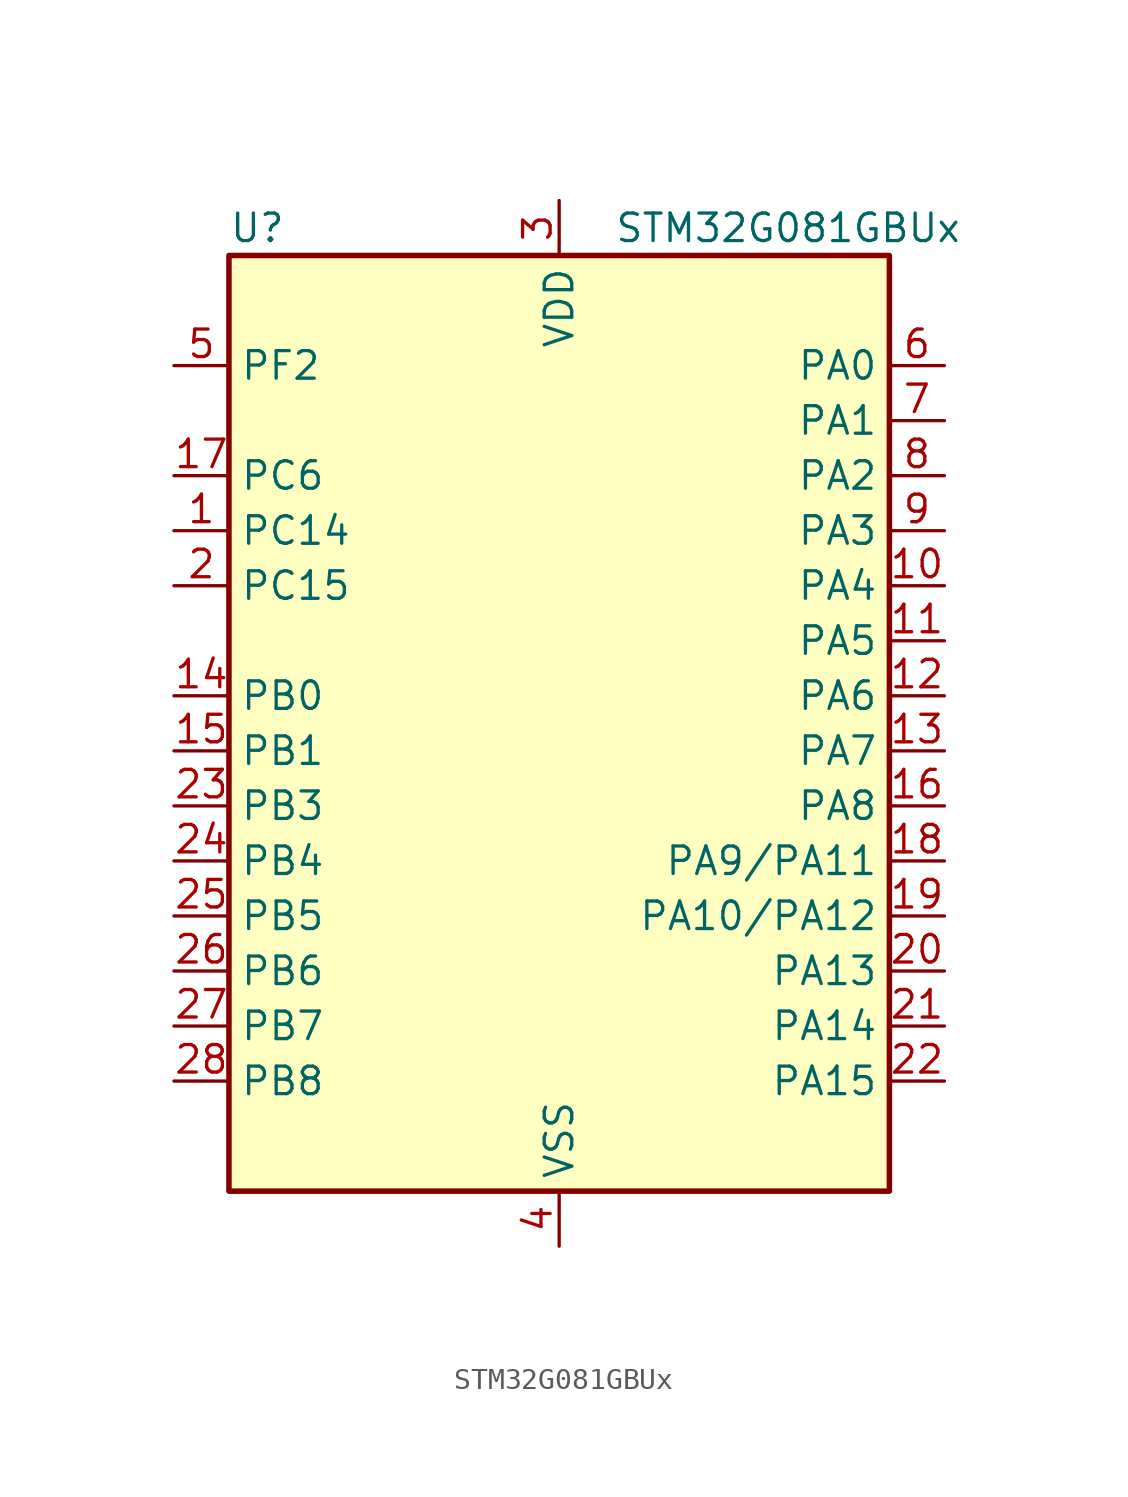
<source format=kicad_sym>
(kicad_symbol_lib
  (version 20231120)
  (generator "kicad-library-utils")
  (generator_version "8.0")
  (symbol "STM32G081GBUx"
    (property "Reference" "U"
      (at -15.24 24.13 0)
      (effects (font (size 1.27 1.27)) (justify left)))
    (property "Value" "STM32G081GBUx"
      (at 2.54 24.13 0)
      (effects (font (size 1.27 1.27)) (justify left)))
    (symbol "STM32G081GBUx_0_1"
      (rectangle (start -15.24 -20.32) (end 15.24 22.86) (stroke (width 0.254) (type default)) (fill (type background))))
    (symbol "STM32G081GBUx_1_1"
      (pin bidirectional line (at -17.78 10.16 0) (length 2.54) (name "PC14" (effects (font (size 1.27 1.27)))) (number "1" (effects (font (size 1.27 1.27)))) (alternate "RCC_OSC32_IN" bidirectional line) (alternate "RCC_OSC_IN" bidirectional line) (alternate "TIM1_BK2" bidirectional line))
      (pin bidirectional line (at 17.78 7.62 180) (length 2.54) (name "PA4" (effects (font (size 1.27 1.27)))) (number "10" (effects (font (size 1.27 1.27)))) (alternate "ADC1_IN4" bidirectional line) (alternate "DAC1_OUT1" bidirectional line) (alternate "I2S1_WS" bidirectional line) (alternate "LPTIM2_OUT" bidirectional line) (alternate "RTC_OUT_ALARM" bidirectional line) (alternate "RTC_OUT_CALIB" bidirectional line) (alternate "RTC_TAMP_IN1" bidirectional line) (alternate "RTC_TS" bidirectional line) (alternate "SPI1_NSS" bidirectional line) (alternate "SPI2_MOSI" bidirectional line) (alternate "SYS_WKUP2" bidirectional line) (alternate "TIM14_CH1" bidirectional line))
      (pin bidirectional line (at 17.78 5.08 180) (length 2.54) (name "PA5" (effects (font (size 1.27 1.27)))) (number "11" (effects (font (size 1.27 1.27)))) (alternate "ADC1_IN5" bidirectional line) (alternate "CEC" bidirectional line) (alternate "DAC1_OUT2" bidirectional line) (alternate "I2S1_CK" bidirectional line) (alternate "LPTIM2_ETR" bidirectional line) (alternate "SPI1_SCK" bidirectional line) (alternate "TIM2_CH1" bidirectional line) (alternate "TIM2_ETR" bidirectional line) (alternate "UCPD1_FRSTX1" bidirectional line) (alternate "UCPD1_FRSTX2" bidirectional line) (alternate "USART3_TX" bidirectional line))
      (pin bidirectional line (at 17.78 2.54 180) (length 2.54) (name "PA6" (effects (font (size 1.27 1.27)))) (number "12" (effects (font (size 1.27 1.27)))) (alternate "ADC1_IN6" bidirectional line) (alternate "COMP1_OUT" bidirectional line) (alternate "I2S1_MCK" bidirectional line) (alternate "LPUART1_CTS" bidirectional line) (alternate "SPI1_MISO" bidirectional line) (alternate "TIM16_CH1" bidirectional line) (alternate "TIM1_BK" bidirectional line) (alternate "TIM3_CH1" bidirectional line) (alternate "USART3_CTS" bidirectional line) (alternate "USART3_NSS" bidirectional line))
      (pin bidirectional line (at 17.78 0 180) (length 2.54) (name "PA7" (effects (font (size 1.27 1.27)))) (number "13" (effects (font (size 1.27 1.27)))) (alternate "ADC1_IN7" bidirectional line) (alternate "COMP2_OUT" bidirectional line) (alternate "I2S1_SD" bidirectional line) (alternate "SPI1_MOSI" bidirectional line) (alternate "TIM14_CH1" bidirectional line) (alternate "TIM17_CH1" bidirectional line) (alternate "TIM1_CH1N" bidirectional line) (alternate "TIM3_CH2" bidirectional line) (alternate "UCPD1_FRSTX1" bidirectional line) (alternate "UCPD1_FRSTX2" bidirectional line))
      (pin bidirectional line (at -17.78 2.54 0) (length 2.54) (name "PB0" (effects (font (size 1.27 1.27)))) (number "14" (effects (font (size 1.27 1.27)))) (alternate "ADC1_IN8" bidirectional line) (alternate "COMP1_OUT" bidirectional line) (alternate "I2S1_WS" bidirectional line) (alternate "LPTIM1_OUT" bidirectional line) (alternate "SPI1_NSS" bidirectional line) (alternate "TIM1_CH2N" bidirectional line) (alternate "TIM3_CH3" bidirectional line) (alternate "UCPD1_FRSTX1" bidirectional line) (alternate "UCPD1_FRSTX2" bidirectional line) (alternate "USART3_RX" bidirectional line))
      (pin bidirectional line (at -17.78 0 0) (length 2.54) (name "PB1" (effects (font (size 1.27 1.27)))) (number "15" (effects (font (size 1.27 1.27)))) (alternate "ADC1_IN9" bidirectional line) (alternate "COMP1_INM" bidirectional line) (alternate "LPTIM2_IN1" bidirectional line) (alternate "LPUART1_DE" bidirectional line) (alternate "LPUART1_RTS" bidirectional line) (alternate "TIM14_CH1" bidirectional line) (alternate "TIM1_CH3N" bidirectional line) (alternate "TIM3_CH4" bidirectional line) (alternate "USART3_CK" bidirectional line) (alternate "USART3_DE" bidirectional line) (alternate "USART3_RTS" bidirectional line))
      (pin bidirectional line (at 17.78 -2.54 180) (length 2.54) (name "PA8" (effects (font (size 1.27 1.27)))) (number "16" (effects (font (size 1.27 1.27)))) (alternate "LPTIM2_OUT" bidirectional line) (alternate "RCC_MCO" bidirectional line) (alternate "SPI2_NSS" bidirectional line) (alternate "TIM1_CH1" bidirectional line) (alternate "UCPD1_CC1" bidirectional line))
      (pin bidirectional line (at -17.78 12.7 0) (length 2.54) (name "PC6" (effects (font (size 1.27 1.27)))) (number "17" (effects (font (size 1.27 1.27)))) (alternate "TIM2_CH3" bidirectional line) (alternate "TIM3_CH1" bidirectional line) (alternate "UCPD1_FRSTX1" bidirectional line) (alternate "UCPD1_FRSTX2" bidirectional line))
      (pin bidirectional line (at 17.78 -5.08 180) (length 2.54) (name "PA9/PA11" (effects (font (size 1.27 1.27)))) (number "18" (effects (font (size 1.27 1.27)))) (alternate "PA9" bidirectional line) (alternate "DAC1_EXTI9 (PA9)" bidirectional line) (alternate "I2C1_SCL (PA9)" bidirectional line) (alternate "RCC_MCO (PA9)" bidirectional line) (alternate "SPI2_MISO (PA9)" bidirectional line) (alternate "TIM15_BK (PA9)" bidirectional line) (alternate "TIM1_CH2 (PA9)" bidirectional line) (alternate "USART1_TX (PA9)" bidirectional line) (alternate "PA11" bidirectional line) (alternate "ADC1_EXTI11 (PA11)" bidirectional line) (alternate "COMP1_OUT (PA11)" bidirectional line) (alternate "I2C2_SCL (PA11)" bidirectional line) (alternate "I2S1_MCK (PA11)" bidirectional line) (alternate "SPI1_MISO (PA11)" bidirectional line) (alternate "TIM1_BK2 (PA11)" bidirectional line) (alternate "TIM1_CH4 (PA11)" bidirectional line) (alternate "USART1_CTS (PA11)" bidirectional line) (alternate "USART1_NSS (PA11)" bidirectional line))
      (pin bidirectional line (at 17.78 -7.62 180) (length 2.54) (name "PA10/PA12" (effects (font (size 1.27 1.27)))) (number "19" (effects (font (size 1.27 1.27)))) (alternate "PA10" bidirectional line) (alternate "I2C1_SDA (PA10)" bidirectional line) (alternate "SPI2_MOSI (PA10)" bidirectional line) (alternate "TIM17_BK (PA10)" bidirectional line) (alternate "TIM1_CH3 (PA10)" bidirectional line) (alternate "USART1_RX (PA10)" bidirectional line) (alternate "PA12" bidirectional line) (alternate "COMP2_OUT (PA12)" bidirectional line) (alternate "I2C2_SDA (PA12)" bidirectional line) (alternate "I2S1_SD (PA12)" bidirectional line) (alternate "I2S_CKIN (PA12)" bidirectional line) (alternate "SPI1_MOSI (PA12)" bidirectional line) (alternate "TIM1_ETR (PA12)" bidirectional line) (alternate "USART1_CK (PA12)" bidirectional line) (alternate "USART1_DE (PA12)" bidirectional line) (alternate "USART1_RTS (PA12)" bidirectional line))
      (pin bidirectional line (at -17.78 7.62 0) (length 2.54) (name "PC15" (effects (font (size 1.27 1.27)))) (number "2" (effects (font (size 1.27 1.27)))) (alternate "RCC_OSC32_EN" bidirectional line) (alternate "RCC_OSC32_OUT" bidirectional line) (alternate "RCC_OSC_EN" bidirectional line) (alternate "TIM15_BK" bidirectional line))
      (pin bidirectional line (at 17.78 -10.16 180) (length 2.54) (name "PA13" (effects (font (size 1.27 1.27)))) (number "20" (effects (font (size 1.27 1.27)))) (alternate "IR_OUT" bidirectional line) (alternate "SYS_SWDIO" bidirectional line))
      (pin bidirectional line (at 17.78 -12.7 180) (length 2.54) (name "PA14" (effects (font (size 1.27 1.27)))) (number "21" (effects (font (size 1.27 1.27)))) (alternate "SYS_SWCLK" bidirectional line) (alternate "USART2_TX" bidirectional line))
      (pin bidirectional line (at 17.78 -15.24 180) (length 2.54) (name "PA15" (effects (font (size 1.27 1.27)))) (number "22" (effects (font (size 1.27 1.27)))) (alternate "I2S1_WS" bidirectional line) (alternate "SPI1_NSS" bidirectional line) (alternate "TIM2_CH1" bidirectional line) (alternate "TIM2_ETR" bidirectional line) (alternate "USART2_RX" bidirectional line) (alternate "USART3_CK" bidirectional line) (alternate "USART3_DE" bidirectional line) (alternate "USART3_RTS" bidirectional line) (alternate "USART4_CK" bidirectional line) (alternate "USART4_DE" bidirectional line) (alternate "USART4_RTS" bidirectional line))
      (pin bidirectional line (at -17.78 -2.54 0) (length 2.54) (name "PB3" (effects (font (size 1.27 1.27)))) (number "23" (effects (font (size 1.27 1.27)))) (alternate "COMP2_INM" bidirectional line) (alternate "I2S1_CK" bidirectional line) (alternate "SPI1_SCK" bidirectional line) (alternate "TIM1_CH2" bidirectional line) (alternate "TIM2_CH2" bidirectional line) (alternate "USART1_CK" bidirectional line) (alternate "USART1_DE" bidirectional line) (alternate "USART1_RTS" bidirectional line))
      (pin bidirectional line (at -17.78 -5.08 0) (length 2.54) (name "PB4" (effects (font (size 1.27 1.27)))) (number "24" (effects (font (size 1.27 1.27)))) (alternate "COMP2_INP" bidirectional line) (alternate "I2S1_MCK" bidirectional line) (alternate "SPI1_MISO" bidirectional line) (alternate "TIM17_BK" bidirectional line) (alternate "TIM3_CH1" bidirectional line) (alternate "USART1_CTS" bidirectional line) (alternate "USART1_NSS" bidirectional line))
      (pin bidirectional line (at -17.78 -7.62 0) (length 2.54) (name "PB5" (effects (font (size 1.27 1.27)))) (number "25" (effects (font (size 1.27 1.27)))) (alternate "COMP2_OUT" bidirectional line) (alternate "I2C1_SMBA" bidirectional line) (alternate "I2S1_SD" bidirectional line) (alternate "LPTIM1_IN1" bidirectional line) (alternate "SPI1_MOSI" bidirectional line) (alternate "SYS_WKUP6" bidirectional line) (alternate "TIM16_BK" bidirectional line) (alternate "TIM3_CH2" bidirectional line))
      (pin bidirectional line (at -17.78 -10.16 0) (length 2.54) (name "PB6" (effects (font (size 1.27 1.27)))) (number "26" (effects (font (size 1.27 1.27)))) (alternate "COMP2_INP" bidirectional line) (alternate "I2C1_SCL" bidirectional line) (alternate "LPTIM1_ETR" bidirectional line) (alternate "SPI2_MISO" bidirectional line) (alternate "TIM16_CH1N" bidirectional line) (alternate "TIM1_CH3" bidirectional line) (alternate "USART1_TX" bidirectional line))
      (pin bidirectional line (at -17.78 -12.7 0) (length 2.54) (name "PB7" (effects (font (size 1.27 1.27)))) (number "27" (effects (font (size 1.27 1.27)))) (alternate "COMP2_INM" bidirectional line) (alternate "I2C1_SDA" bidirectional line) (alternate "LPTIM1_IN2" bidirectional line) (alternate "SPI2_MOSI" bidirectional line) (alternate "SYS_PVD_IN" bidirectional line) (alternate "TIM17_CH1N" bidirectional line) (alternate "USART1_RX" bidirectional line) (alternate "USART4_CTS" bidirectional line) (alternate "USART4_NSS" bidirectional line))
      (pin bidirectional line (at -17.78 -15.24 0) (length 2.54) (name "PB8" (effects (font (size 1.27 1.27)))) (number "28" (effects (font (size 1.27 1.27)))) (alternate "CEC" bidirectional line) (alternate "I2C1_SCL" bidirectional line) (alternate "SPI2_SCK" bidirectional line) (alternate "TIM15_BK" bidirectional line) (alternate "TIM16_CH1" bidirectional line) (alternate "USART3_TX" bidirectional line))
      (pin power_in line (at 0 25.4 270) (length 2.54) (name "VDD" (effects (font (size 1.27 1.27)))) (number "3" (effects (font (size 1.27 1.27)))))
      (pin power_in line (at 0 -22.86 90) (length 2.54) (name "VSS" (effects (font (size 1.27 1.27)))) (number "4" (effects (font (size 1.27 1.27)))))
      (pin bidirectional line (at -17.78 17.78 0) (length 2.54) (name "PF2" (effects (font (size 1.27 1.27)))) (number "5" (effects (font (size 1.27 1.27)))) (alternate "RCC_MCO" bidirectional line))
      (pin bidirectional line (at 17.78 17.78 180) (length 2.54) (name "PA0" (effects (font (size 1.27 1.27)))) (number "6" (effects (font (size 1.27 1.27)))) (alternate "ADC1_IN0" bidirectional line) (alternate "COMP1_INM" bidirectional line) (alternate "COMP1_OUT" bidirectional line) (alternate "LPTIM1_OUT" bidirectional line) (alternate "RTC_TAMP_IN2" bidirectional line) (alternate "SPI2_SCK" bidirectional line) (alternate "SYS_WKUP1" bidirectional line) (alternate "TIM2_CH1" bidirectional line) (alternate "TIM2_ETR" bidirectional line) (alternate "USART2_CTS" bidirectional line) (alternate "USART2_NSS" bidirectional line) (alternate "USART4_TX" bidirectional line))
      (pin bidirectional line (at 17.78 15.24 180) (length 2.54) (name "PA1" (effects (font (size 1.27 1.27)))) (number "7" (effects (font (size 1.27 1.27)))) (alternate "ADC1_IN1" bidirectional line) (alternate "COMP1_INP" bidirectional line) (alternate "I2C1_SMBA" bidirectional line) (alternate "I2S1_CK" bidirectional line) (alternate "SPI1_SCK" bidirectional line) (alternate "TIM15_CH1N" bidirectional line) (alternate "TIM2_CH2" bidirectional line) (alternate "USART2_CK" bidirectional line) (alternate "USART2_DE" bidirectional line) (alternate "USART2_RTS" bidirectional line) (alternate "USART4_RX" bidirectional line))
      (pin bidirectional line (at 17.78 12.7 180) (length 2.54) (name "PA2" (effects (font (size 1.27 1.27)))) (number "8" (effects (font (size 1.27 1.27)))) (alternate "ADC1_IN2" bidirectional line) (alternate "COMP2_INM" bidirectional line) (alternate "COMP2_OUT" bidirectional line) (alternate "I2S1_SD" bidirectional line) (alternate "LPUART1_TX" bidirectional line) (alternate "RCC_LSCO" bidirectional line) (alternate "SPI1_MOSI" bidirectional line) (alternate "SYS_WKUP4" bidirectional line) (alternate "TIM15_CH1" bidirectional line) (alternate "TIM2_CH3" bidirectional line) (alternate "UCPD1_FRSTX1" bidirectional line) (alternate "UCPD1_FRSTX2" bidirectional line) (alternate "USART2_TX" bidirectional line))
      (pin bidirectional line (at 17.78 10.16 180) (length 2.54) (name "PA3" (effects (font (size 1.27 1.27)))) (number "9" (effects (font (size 1.27 1.27)))) (alternate "ADC1_IN3" bidirectional line) (alternate "COMP2_INP" bidirectional line) (alternate "LPUART1_RX" bidirectional line) (alternate "SPI2_MISO" bidirectional line) (alternate "TIM15_CH2" bidirectional line) (alternate "TIM2_CH4" bidirectional line) (alternate "USART2_RX" bidirectional line)))))
</source>
